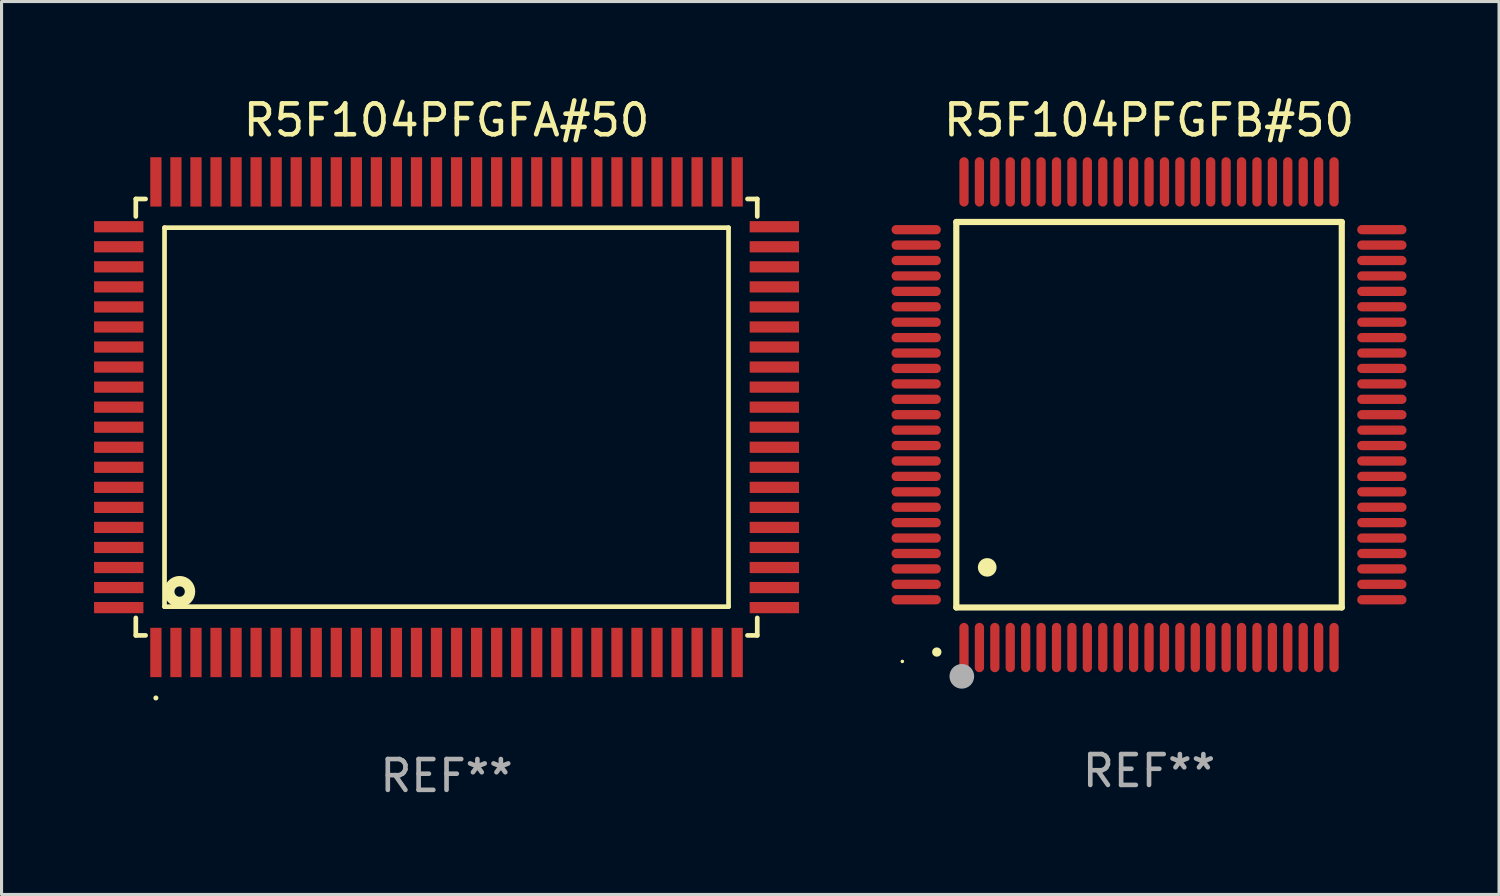
<source format=kicad_pcb>
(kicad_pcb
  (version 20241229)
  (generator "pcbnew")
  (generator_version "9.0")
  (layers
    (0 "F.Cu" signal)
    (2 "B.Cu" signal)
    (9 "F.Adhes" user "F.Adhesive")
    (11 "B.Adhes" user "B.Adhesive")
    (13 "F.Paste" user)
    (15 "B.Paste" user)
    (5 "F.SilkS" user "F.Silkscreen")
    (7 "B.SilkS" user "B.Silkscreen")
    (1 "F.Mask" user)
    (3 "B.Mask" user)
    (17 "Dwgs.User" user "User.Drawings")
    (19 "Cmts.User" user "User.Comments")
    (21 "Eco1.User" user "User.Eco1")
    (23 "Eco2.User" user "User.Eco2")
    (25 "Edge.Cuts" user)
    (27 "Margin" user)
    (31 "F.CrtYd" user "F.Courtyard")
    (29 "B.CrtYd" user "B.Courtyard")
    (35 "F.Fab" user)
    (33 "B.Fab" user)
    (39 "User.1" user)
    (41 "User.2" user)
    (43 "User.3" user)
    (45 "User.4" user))
  (footprint "R5F104PFGFA#50"
    (layer "F.Cu")
    (at 11.43 10.478)
    (property "Reference" "R5F104PFGFA#50" (at 0 -9.63 0) (layer "F.SilkS") (effects (font (size 1 1) (thickness 0.15))))
    (attr through_hole)
    (fp_line (start -10.076 -7.076) (end -10.076 -6.509) (stroke (width 0.152) (type solid)) (layer "F.SilkS"))
    (fp_line (start -10.076 7.076) (end -10.076 6.509) (stroke (width 0.152) (type solid)) (layer "F.SilkS"))
    (fp_line (start -9.759 -7.076) (end -10.076 -7.076) (stroke (width 0.152) (type solid)) (layer "F.SilkS"))
    (fp_line (start -9.759 7.076) (end -10.076 7.076) (stroke (width 0.152) (type solid)) (layer "F.SilkS"))
    (fp_line (start -9.145 -6.145) (end 9.145 -6.145) (stroke (width 0.152) (type solid)) (layer "F.SilkS"))
    (fp_line (start -9.145 6.145) (end -9.145 -6.145) (stroke (width 0.152) (type solid)) (layer "F.SilkS"))
    (fp_line (start 9.145 -6.145) (end 9.145 6.145) (stroke (width 0.152) (type solid)) (layer "F.SilkS"))
    (fp_line (start 9.145 6.145) (end -9.145 6.145) (stroke (width 0.152) (type solid)) (layer "F.SilkS"))
    (fp_line (start 9.759 -7.076) (end 10.076 -7.076) (stroke (width 0.152) (type solid)) (layer "F.SilkS"))
    (fp_line (start 9.759 7.076) (end 10.076 7.076) (stroke (width 0.152) (type solid)) (layer "F.SilkS"))
    (fp_line (start 10.076 -7.076) (end 10.076 -6.509) (stroke (width 0.152) (type solid)) (layer "F.SilkS"))
    (fp_line (start 10.076 7.076) (end 10.076 6.509) (stroke (width 0.152) (type solid)) (layer "F.SilkS"))
    (fp_circle (center -9.425 9.105) (end -9.384 9.105) (stroke (width 0.081) (type solid)) (fill no) (layer "F.SilkS"))
    (fp_circle (center -8.655 5.655) (end -8.487 5.655) (stroke (width 0.338) (type solid)) (fill no) (layer "F.SilkS"))
    (fp_text user "REF**" (at 0 11.63 0) (layer "F.Fab") (effects (font (size 1 1) (thickness 0.15))))
    (pad "1" smd rect (at -9.425 7.63) (size 0.364 1.6) (layers "F.Cu" "F.Mask" "F.Paste"))
    (pad "2" smd rect (at -8.775 7.63) (size 0.364 1.6) (layers "F.Cu" "F.Mask" "F.Paste"))
    (pad "3" smd rect (at -8.125 7.63) (size 0.364 1.6) (layers "F.Cu" "F.Mask" "F.Paste"))
    (pad "4" smd rect (at -7.475 7.63) (size 0.364 1.6) (layers "F.Cu" "F.Mask" "F.Paste"))
    (pad "5" smd rect (at -6.825 7.63) (size 0.364 1.6) (layers "F.Cu" "F.Mask" "F.Paste"))
    (pad "6" smd rect (at -6.175 7.63) (size 0.364 1.6) (layers "F.Cu" "F.Mask" "F.Paste"))
    (pad "7" smd rect (at -5.525 7.63) (size 0.364 1.6) (layers "F.Cu" "F.Mask" "F.Paste"))
    (pad "8" smd rect (at -4.875 7.63) (size 0.364 1.6) (layers "F.Cu" "F.Mask" "F.Paste"))
    (pad "9" smd rect (at -4.225 7.63) (size 0.364 1.6) (layers "F.Cu" "F.Mask" "F.Paste"))
    (pad "10" smd rect (at -3.575 7.63) (size 0.364 1.6) (layers "F.Cu" "F.Mask" "F.Paste"))
    (pad "11" smd rect (at -2.925 7.63) (size 0.364 1.6) (layers "F.Cu" "F.Mask" "F.Paste"))
    (pad "12" smd rect (at -2.275 7.63) (size 0.364 1.6) (layers "F.Cu" "F.Mask" "F.Paste"))
    (pad "13" smd rect (at -1.625 7.63) (size 0.364 1.6) (layers "F.Cu" "F.Mask" "F.Paste"))
    (pad "14" smd rect (at -0.975 7.63) (size 0.364 1.6) (layers "F.Cu" "F.Mask" "F.Paste"))
    (pad "15" smd rect (at -0.325 7.63) (size 0.364 1.6) (layers "F.Cu" "F.Mask" "F.Paste"))
    (pad "16" smd rect (at 0.325 7.63) (size 0.364 1.6) (layers "F.Cu" "F.Mask" "F.Paste"))
    (pad "17" smd rect (at 0.975 7.63) (size 0.364 1.6) (layers "F.Cu" "F.Mask" "F.Paste"))
    (pad "18" smd rect (at 1.625 7.63) (size 0.364 1.6) (layers "F.Cu" "F.Mask" "F.Paste"))
    (pad "19" smd rect (at 2.275 7.63) (size 0.364 1.6) (layers "F.Cu" "F.Mask" "F.Paste"))
    (pad "20" smd rect (at 2.925 7.63) (size 0.364 1.6) (layers "F.Cu" "F.Mask" "F.Paste"))
    (pad "21" smd rect (at 3.575 7.63) (size 0.364 1.6) (layers "F.Cu" "F.Mask" "F.Paste"))
    (pad "22" smd rect (at 4.225 7.63) (size 0.364 1.6) (layers "F.Cu" "F.Mask" "F.Paste"))
    (pad "23" smd rect (at 4.875 7.63) (size 0.364 1.6) (layers "F.Cu" "F.Mask" "F.Paste"))
    (pad "24" smd rect (at 5.525 7.63) (size 0.364 1.6) (layers "F.Cu" "F.Mask" "F.Paste"))
    (pad "25" smd rect (at 6.175 7.63) (size 0.364 1.6) (layers "F.Cu" "F.Mask" "F.Paste"))
    (pad "26" smd rect (at 6.825 7.63) (size 0.364 1.6) (layers "F.Cu" "F.Mask" "F.Paste"))
    (pad "27" smd rect (at 7.475 7.63) (size 0.364 1.6) (layers "F.Cu" "F.Mask" "F.Paste"))
    (pad "28" smd rect (at 8.125 7.63) (size 0.364 1.6) (layers "F.Cu" "F.Mask" "F.Paste"))
    (pad "29" smd rect (at 8.775 7.63) (size 0.364 1.6) (layers "F.Cu" "F.Mask" "F.Paste"))
    (pad "30" smd rect (at 9.425 7.63) (size 0.364 1.6) (layers "F.Cu" "F.Mask" "F.Paste"))
    (pad "31" smd rect (at 10.63 6.175) (size 1.6 0.364) (layers "F.Cu" "F.Mask" "F.Paste"))
    (pad "32" smd rect (at 10.63 5.525) (size 1.6 0.364) (layers "F.Cu" "F.Mask" "F.Paste"))
    (pad "33" smd rect (at 10.63 4.875) (size 1.6 0.364) (layers "F.Cu" "F.Mask" "F.Paste"))
    (pad "34" smd rect (at 10.63 4.225) (size 1.6 0.364) (layers "F.Cu" "F.Mask" "F.Paste"))
    (pad "35" smd rect (at 10.63 3.575) (size 1.6 0.364) (layers "F.Cu" "F.Mask" "F.Paste"))
    (pad "36" smd rect (at 10.63 2.925) (size 1.6 0.364) (layers "F.Cu" "F.Mask" "F.Paste"))
    (pad "37" smd rect (at 10.63 2.275) (size 1.6 0.364) (layers "F.Cu" "F.Mask" "F.Paste"))
    (pad "38" smd rect (at 10.63 1.625) (size 1.6 0.364) (layers "F.Cu" "F.Mask" "F.Paste"))
    (pad "39" smd rect (at 10.63 0.975) (size 1.6 0.364) (layers "F.Cu" "F.Mask" "F.Paste"))
    (pad "40" smd rect (at 10.63 0.325) (size 1.6 0.364) (layers "F.Cu" "F.Mask" "F.Paste"))
    (pad "41" smd rect (at 10.63 -0.325) (size 1.6 0.364) (layers "F.Cu" "F.Mask" "F.Paste"))
    (pad "42" smd rect (at 10.63 -0.975) (size 1.6 0.364) (layers "F.Cu" "F.Mask" "F.Paste"))
    (pad "43" smd rect (at 10.63 -1.625) (size 1.6 0.364) (layers "F.Cu" "F.Mask" "F.Paste"))
    (pad "44" smd rect (at 10.63 -2.275) (size 1.6 0.364) (layers "F.Cu" "F.Mask" "F.Paste"))
    (pad "45" smd rect (at 10.63 -2.925) (size 1.6 0.364) (layers "F.Cu" "F.Mask" "F.Paste"))
    (pad "46" smd rect (at 10.63 -3.575) (size 1.6 0.364) (layers "F.Cu" "F.Mask" "F.Paste"))
    (pad "47" smd rect (at 10.63 -4.225) (size 1.6 0.364) (layers "F.Cu" "F.Mask" "F.Paste"))
    (pad "48" smd rect (at 10.63 -4.875) (size 1.6 0.364) (layers "F.Cu" "F.Mask" "F.Paste"))
    (pad "49" smd rect (at 10.63 -5.525) (size 1.6 0.364) (layers "F.Cu" "F.Mask" "F.Paste"))
    (pad "50" smd rect (at 10.63 -6.175) (size 1.6 0.364) (layers "F.Cu" "F.Mask" "F.Paste"))
    (pad "51" smd rect (at 9.425 -7.63) (size 0.364 1.6) (layers "F.Cu" "F.Mask" "F.Paste"))
    (pad "52" smd rect (at 8.775 -7.63) (size 0.364 1.6) (layers "F.Cu" "F.Mask" "F.Paste"))
    (pad "53" smd rect (at 8.125 -7.63) (size 0.364 1.6) (layers "F.Cu" "F.Mask" "F.Paste"))
    (pad "54" smd rect (at 7.475 -7.63) (size 0.364 1.6) (layers "F.Cu" "F.Mask" "F.Paste"))
    (pad "55" smd rect (at 6.825 -7.63) (size 0.364 1.6) (layers "F.Cu" "F.Mask" "F.Paste"))
    (pad "56" smd rect (at 6.175 -7.63) (size 0.364 1.6) (layers "F.Cu" "F.Mask" "F.Paste"))
    (pad "57" smd rect (at 5.525 -7.63) (size 0.364 1.6) (layers "F.Cu" "F.Mask" "F.Paste"))
    (pad "58" smd rect (at 4.875 -7.63) (size 0.364 1.6) (layers "F.Cu" "F.Mask" "F.Paste"))
    (pad "59" smd rect (at 4.225 -7.63) (size 0.364 1.6) (layers "F.Cu" "F.Mask" "F.Paste"))
    (pad "60" smd rect (at 3.575 -7.63) (size 0.364 1.6) (layers "F.Cu" "F.Mask" "F.Paste"))
    (pad "61" smd rect (at 2.925 -7.63) (size 0.364 1.6) (layers "F.Cu" "F.Mask" "F.Paste"))
    (pad "62" smd rect (at 2.275 -7.63) (size 0.364 1.6) (layers "F.Cu" "F.Mask" "F.Paste"))
    (pad "63" smd rect (at 1.625 -7.63) (size 0.364 1.6) (layers "F.Cu" "F.Mask" "F.Paste"))
    (pad "64" smd rect (at 0.975 -7.63) (size 0.364 1.6) (layers "F.Cu" "F.Mask" "F.Paste"))
    (pad "65" smd rect (at 0.325 -7.63) (size 0.364 1.6) (layers "F.Cu" "F.Mask" "F.Paste"))
    (pad "66" smd rect (at -0.325 -7.63) (size 0.364 1.6) (layers "F.Cu" "F.Mask" "F.Paste"))
    (pad "67" smd rect (at -0.975 -7.63) (size 0.364 1.6) (layers "F.Cu" "F.Mask" "F.Paste"))
    (pad "68" smd rect (at -1.625 -7.63) (size 0.364 1.6) (layers "F.Cu" "F.Mask" "F.Paste"))
    (pad "69" smd rect (at -2.275 -7.63) (size 0.364 1.6) (layers "F.Cu" "F.Mask" "F.Paste"))
    (pad "70" smd rect (at -2.925 -7.63) (size 0.364 1.6) (layers "F.Cu" "F.Mask" "F.Paste"))
    (pad "71" smd rect (at -3.575 -7.63) (size 0.364 1.6) (layers "F.Cu" "F.Mask" "F.Paste"))
    (pad "72" smd rect (at -4.225 -7.63) (size 0.364 1.6) (layers "F.Cu" "F.Mask" "F.Paste"))
    (pad "73" smd rect (at -4.875 -7.63) (size 0.364 1.6) (layers "F.Cu" "F.Mask" "F.Paste"))
    (pad "74" smd rect (at -5.525 -7.63) (size 0.364 1.6) (layers "F.Cu" "F.Mask" "F.Paste"))
    (pad "75" smd rect (at -6.175 -7.63) (size 0.364 1.6) (layers "F.Cu" "F.Mask" "F.Paste"))
    (pad "76" smd rect (at -6.825 -7.63) (size 0.364 1.6) (layers "F.Cu" "F.Mask" "F.Paste"))
    (pad "77" smd rect (at -7.475 -7.63) (size 0.364 1.6) (layers "F.Cu" "F.Mask" "F.Paste"))
    (pad "78" smd rect (at -8.125 -7.63) (size 0.364 1.6) (layers "F.Cu" "F.Mask" "F.Paste"))
    (pad "79" smd rect (at -8.775 -7.63) (size 0.364 1.6) (layers "F.Cu" "F.Mask" "F.Paste"))
    (pad "80" smd rect (at -9.425 -7.63) (size 0.364 1.6) (layers "F.Cu" "F.Mask" "F.Paste"))
    (pad "81" smd rect (at -10.63 -6.175) (size 1.6 0.364) (layers "F.Cu" "F.Mask" "F.Paste"))
    (pad "82" smd rect (at -10.63 -5.525) (size 1.6 0.364) (layers "F.Cu" "F.Mask" "F.Paste"))
    (pad "83" smd rect (at -10.63 -4.875) (size 1.6 0.364) (layers "F.Cu" "F.Mask" "F.Paste"))
    (pad "84" smd rect (at -10.63 -4.225) (size 1.6 0.364) (layers "F.Cu" "F.Mask" "F.Paste"))
    (pad "85" smd rect (at -10.63 -3.575) (size 1.6 0.364) (layers "F.Cu" "F.Mask" "F.Paste"))
    (pad "86" smd rect (at -10.63 -2.925) (size 1.6 0.364) (layers "F.Cu" "F.Mask" "F.Paste"))
    (pad "87" smd rect (at -10.63 -2.275) (size 1.6 0.364) (layers "F.Cu" "F.Mask" "F.Paste"))
    (pad "88" smd rect (at -10.63 -1.625) (size 1.6 0.364) (layers "F.Cu" "F.Mask" "F.Paste"))
    (pad "89" smd rect (at -10.63 -0.975) (size 1.6 0.364) (layers "F.Cu" "F.Mask" "F.Paste"))
    (pad "90" smd rect (at -10.63 -0.325) (size 1.6 0.364) (layers "F.Cu" "F.Mask" "F.Paste"))
    (pad "91" smd rect (at -10.63 0.325) (size 1.6 0.364) (layers "F.Cu" "F.Mask" "F.Paste"))
    (pad "92" smd rect (at -10.63 0.975) (size 1.6 0.364) (layers "F.Cu" "F.Mask" "F.Paste"))
    (pad "93" smd rect (at -10.63 1.625) (size 1.6 0.364) (layers "F.Cu" "F.Mask" "F.Paste"))
    (pad "94" smd rect (at -10.63 2.275) (size 1.6 0.364) (layers "F.Cu" "F.Mask" "F.Paste"))
    (pad "95" smd rect (at -10.63 2.925) (size 1.6 0.364) (layers "F.Cu" "F.Mask" "F.Paste"))
    (pad "96" smd rect (at -10.63 3.575) (size 1.6 0.364) (layers "F.Cu" "F.Mask" "F.Paste"))
    (pad "97" smd rect (at -10.63 4.225) (size 1.6 0.364) (layers "F.Cu" "F.Mask" "F.Paste"))
    (pad "98" smd rect (at -10.63 4.875) (size 1.6 0.364) (layers "F.Cu" "F.Mask" "F.Paste"))
    (pad "99" smd rect (at -10.63 5.525) (size 1.6 0.364) (layers "F.Cu" "F.Mask" "F.Paste"))
    (pad "100" smd rect (at -10.63 6.175) (size 1.6 0.364) (layers "F.Cu" "F.Mask" "F.Paste")))
  (footprint "R5F104PFGFB#50"
    (layer "F.Cu")
    (at 34.21 10.398)
    (property "Reference" "R5F104PFGFB#50" (at 0 -9.55 0) (layer "F.SilkS") (effects (font (size 1 1) (thickness 0.15))))
    (attr through_hole)
    (fp_line (start -6.25 -6.25) (end -6.25 6.25) (stroke (width 0.2) (type solid)) (layer "F.SilkS"))
    (fp_line (start -6.25 6.25) (end 6.25 6.25) (stroke (width 0.2) (type solid)) (layer "F.SilkS"))
    (fp_line (start 6.25 -6.25) (end -6.25 -6.25) (stroke (width 0.2) (type solid)) (layer "F.SilkS"))
    (fp_line (start 6.25 6.25) (end 6.25 -6.25) (stroke (width 0.2) (type solid)) (layer "F.SilkS"))
    (fp_arc (start -6.883414 7.696215) (mid -6.882144 7.69621) (end -6.880874 7.696215) (stroke (width 0.3) (type solid)) (layer "F.SilkS"))
    (fp_arc (start -5.250191 4.95047) (mid -5.247651 4.950459) (end -5.245111 4.95047) (stroke (width 0.6) (type solid)) (layer "F.SilkS"))
    (fp_circle (center -8 8) (end -7.97 8) (stroke (width 0.06) (type solid)) (fill no) (layer "F.SilkS"))
    (fp_circle (center -6.071 8.484) (end -5.871 8.484) (stroke (width 0.4) (type solid)) (fill no) (layer "F.Fab"))
    (fp_text user "REF**" (at 0 11.55 0) (layer "F.Fab") (effects (font (size 1 1) (thickness 0.15))))
    (pad "1" smd oval (at -6 7.55) (size 0.3 1.6) (layers "F.Cu" "F.Mask" "F.Paste"))
    (pad "2" smd oval (at -5.5 7.55) (size 0.3 1.6) (layers "F.Cu" "F.Mask" "F.Paste"))
    (pad "3" smd oval (at -5 7.55) (size 0.3 1.6) (layers "F.Cu" "F.Mask" "F.Paste"))
    (pad "4" smd oval (at -4.5 7.55) (size 0.3 1.6) (layers "F.Cu" "F.Mask" "F.Paste"))
    (pad "5" smd oval (at -4 7.55) (size 0.3 1.6) (layers "F.Cu" "F.Mask" "F.Paste"))
    (pad "6" smd oval (at -3.5 7.55) (size 0.3 1.6) (layers "F.Cu" "F.Mask" "F.Paste"))
    (pad "7" smd oval (at -3 7.55) (size 0.3 1.6) (layers "F.Cu" "F.Mask" "F.Paste"))
    (pad "8" smd oval (at -2.5 7.55) (size 0.3 1.6) (layers "F.Cu" "F.Mask" "F.Paste"))
    (pad "9" smd oval (at -2 7.55) (size 0.3 1.6) (layers "F.Cu" "F.Mask" "F.Paste"))
    (pad "10" smd oval (at -1.5 7.55) (size 0.3 1.6) (layers "F.Cu" "F.Mask" "F.Paste"))
    (pad "11" smd oval (at -1 7.55) (size 0.3 1.6) (layers "F.Cu" "F.Mask" "F.Paste"))
    (pad "12" smd oval (at -0.5 7.55) (size 0.3 1.6) (layers "F.Cu" "F.Mask" "F.Paste"))
    (pad "13" smd oval (at 0 7.55) (size 0.3 1.6) (layers "F.Cu" "F.Mask" "F.Paste"))
    (pad "14" smd oval (at 0.5 7.55) (size 0.3 1.6) (layers "F.Cu" "F.Mask" "F.Paste"))
    (pad "15" smd oval (at 1 7.55) (size 0.3 1.6) (layers "F.Cu" "F.Mask" "F.Paste"))
    (pad "16" smd oval (at 1.5 7.55) (size 0.3 1.6) (layers "F.Cu" "F.Mask" "F.Paste"))
    (pad "17" smd oval (at 2 7.55) (size 0.3 1.6) (layers "F.Cu" "F.Mask" "F.Paste"))
    (pad "18" smd oval (at 2.5 7.55) (size 0.3 1.6) (layers "F.Cu" "F.Mask" "F.Paste"))
    (pad "19" smd oval (at 3 7.55) (size 0.3 1.6) (layers "F.Cu" "F.Mask" "F.Paste"))
    (pad "20" smd oval (at 3.5 7.55) (size 0.3 1.6) (layers "F.Cu" "F.Mask" "F.Paste"))
    (pad "21" smd oval (at 4 7.55) (size 0.3 1.6) (layers "F.Cu" "F.Mask" "F.Paste"))
    (pad "22" smd oval (at 4.5 7.55) (size 0.3 1.6) (layers "F.Cu" "F.Mask" "F.Paste"))
    (pad "23" smd oval (at 5 7.55) (size 0.3 1.6) (layers "F.Cu" "F.Mask" "F.Paste"))
    (pad "24" smd oval (at 5.5 7.55) (size 0.3 1.6) (layers "F.Cu" "F.Mask" "F.Paste"))
    (pad "25" smd oval (at 6 7.55) (size 0.3 1.6) (layers "F.Cu" "F.Mask" "F.Paste"))
    (pad "26" smd oval (at 7.55 6) (size 1.6 0.3) (layers "F.Cu" "F.Mask" "F.Paste"))
    (pad "27" smd oval (at 7.55 5.5) (size 1.6 0.3) (layers "F.Cu" "F.Mask" "F.Paste"))
    (pad "28" smd oval (at 7.55 5) (size 1.6 0.3) (layers "F.Cu" "F.Mask" "F.Paste"))
    (pad "29" smd oval (at 7.55 4.5) (size 1.6 0.3) (layers "F.Cu" "F.Mask" "F.Paste"))
    (pad "30" smd oval (at 7.55 4) (size 1.6 0.3) (layers "F.Cu" "F.Mask" "F.Paste"))
    (pad "31" smd oval (at 7.55 3.5) (size 1.6 0.3) (layers "F.Cu" "F.Mask" "F.Paste"))
    (pad "32" smd oval (at 7.55 3) (size 1.6 0.3) (layers "F.Cu" "F.Mask" "F.Paste"))
    (pad "33" smd oval (at 7.55 2.5) (size 1.6 0.3) (layers "F.Cu" "F.Mask" "F.Paste"))
    (pad "34" smd oval (at 7.55 2) (size 1.6 0.3) (layers "F.Cu" "F.Mask" "F.Paste"))
    (pad "35" smd oval (at 7.55 1.5) (size 1.6 0.3) (layers "F.Cu" "F.Mask" "F.Paste"))
    (pad "36" smd oval (at 7.55 1) (size 1.6 0.3) (layers "F.Cu" "F.Mask" "F.Paste"))
    (pad "37" smd oval (at 7.55 0.5) (size 1.6 0.3) (layers "F.Cu" "F.Mask" "F.Paste"))
    (pad "38" smd oval (at 7.55 0) (size 1.6 0.3) (layers "F.Cu" "F.Mask" "F.Paste"))
    (pad "39" smd oval (at 7.55 -0.5) (size 1.6 0.3) (layers "F.Cu" "F.Mask" "F.Paste"))
    (pad "40" smd oval (at 7.55 -1) (size 1.6 0.3) (layers "F.Cu" "F.Mask" "F.Paste"))
    (pad "41" smd oval (at 7.55 -1.5) (size 1.6 0.3) (layers "F.Cu" "F.Mask" "F.Paste"))
    (pad "42" smd oval (at 7.55 -2) (size 1.6 0.3) (layers "F.Cu" "F.Mask" "F.Paste"))
    (pad "43" smd oval (at 7.55 -2.5) (size 1.6 0.3) (layers "F.Cu" "F.Mask" "F.Paste"))
    (pad "44" smd oval (at 7.55 -3) (size 1.6 0.3) (layers "F.Cu" "F.Mask" "F.Paste"))
    (pad "45" smd oval (at 7.55 -3.5) (size 1.6 0.3) (layers "F.Cu" "F.Mask" "F.Paste"))
    (pad "46" smd oval (at 7.55 -4) (size 1.6 0.3) (layers "F.Cu" "F.Mask" "F.Paste"))
    (pad "47" smd oval (at 7.55 -4.5) (size 1.6 0.3) (layers "F.Cu" "F.Mask" "F.Paste"))
    (pad "48" smd oval (at 7.55 -5) (size 1.6 0.3) (layers "F.Cu" "F.Mask" "F.Paste"))
    (pad "49" smd oval (at 7.55 -5.5) (size 1.6 0.3) (layers "F.Cu" "F.Mask" "F.Paste"))
    (pad "50" smd oval (at 7.55 -6) (size 1.6 0.3) (layers "F.Cu" "F.Mask" "F.Paste"))
    (pad "51" smd oval (at 6 -7.55) (size 0.3 1.6) (layers "F.Cu" "F.Mask" "F.Paste"))
    (pad "52" smd oval (at 5.5 -7.55) (size 0.3 1.6) (layers "F.Cu" "F.Mask" "F.Paste"))
    (pad "53" smd oval (at 5 -7.55) (size 0.3 1.6) (layers "F.Cu" "F.Mask" "F.Paste"))
    (pad "54" smd oval (at 4.5 -7.55) (size 0.3 1.6) (layers "F.Cu" "F.Mask" "F.Paste"))
    (pad "55" smd oval (at 4 -7.55) (size 0.3 1.6) (layers "F.Cu" "F.Mask" "F.Paste"))
    (pad "56" smd oval (at 3.5 -7.55) (size 0.3 1.6) (layers "F.Cu" "F.Mask" "F.Paste"))
    (pad "57" smd oval (at 3 -7.55) (size 0.3 1.6) (layers "F.Cu" "F.Mask" "F.Paste"))
    (pad "58" smd oval (at 2.5 -7.55) (size 0.3 1.6) (layers "F.Cu" "F.Mask" "F.Paste"))
    (pad "59" smd oval (at 2 -7.55) (size 0.3 1.6) (layers "F.Cu" "F.Mask" "F.Paste"))
    (pad "60" smd oval (at 1.5 -7.55) (size 0.3 1.6) (layers "F.Cu" "F.Mask" "F.Paste"))
    (pad "61" smd oval (at 1 -7.55) (size 0.3 1.6) (layers "F.Cu" "F.Mask" "F.Paste"))
    (pad "62" smd oval (at 0.5 -7.55) (size 0.3 1.6) (layers "F.Cu" "F.Mask" "F.Paste"))
    (pad "63" smd oval (at 0 -7.55) (size 0.3 1.6) (layers "F.Cu" "F.Mask" "F.Paste"))
    (pad "64" smd oval (at -0.5 -7.55) (size 0.3 1.6) (layers "F.Cu" "F.Mask" "F.Paste"))
    (pad "65" smd oval (at -1 -7.55) (size 0.3 1.6) (layers "F.Cu" "F.Mask" "F.Paste"))
    (pad "66" smd oval (at -1.5 -7.55) (size 0.3 1.6) (layers "F.Cu" "F.Mask" "F.Paste"))
    (pad "67" smd oval (at -2 -7.55) (size 0.3 1.6) (layers "F.Cu" "F.Mask" "F.Paste"))
    (pad "68" smd oval (at -2.5 -7.55) (size 0.3 1.6) (layers "F.Cu" "F.Mask" "F.Paste"))
    (pad "69" smd oval (at -3 -7.55) (size 0.3 1.6) (layers "F.Cu" "F.Mask" "F.Paste"))
    (pad "70" smd oval (at -3.5 -7.55) (size 0.3 1.6) (layers "F.Cu" "F.Mask" "F.Paste"))
    (pad "71" smd oval (at -4 -7.55) (size 0.3 1.6) (layers "F.Cu" "F.Mask" "F.Paste"))
    (pad "72" smd oval (at -4.5 -7.55) (size 0.3 1.6) (layers "F.Cu" "F.Mask" "F.Paste"))
    (pad "73" smd oval (at -5 -7.55) (size 0.3 1.6) (layers "F.Cu" "F.Mask" "F.Paste"))
    (pad "74" smd oval (at -5.5 -7.55) (size 0.3 1.6) (layers "F.Cu" "F.Mask" "F.Paste"))
    (pad "75" smd oval (at -6 -7.55) (size 0.3 1.6) (layers "F.Cu" "F.Mask" "F.Paste"))
    (pad "76" smd oval (at -7.55 -6) (size 1.6 0.3) (layers "F.Cu" "F.Mask" "F.Paste"))
    (pad "77" smd oval (at -7.55 -5.5) (size 1.6 0.3) (layers "F.Cu" "F.Mask" "F.Paste"))
    (pad "78" smd oval (at -7.55 -5) (size 1.6 0.3) (layers "F.Cu" "F.Mask" "F.Paste"))
    (pad "79" smd oval (at -7.55 -4.5) (size 1.6 0.3) (layers "F.Cu" "F.Mask" "F.Paste"))
    (pad "80" smd oval (at -7.55 -4) (size 1.6 0.3) (layers "F.Cu" "F.Mask" "F.Paste"))
    (pad "81" smd oval (at -7.55 -3.5) (size 1.6 0.3) (layers "F.Cu" "F.Mask" "F.Paste"))
    (pad "82" smd oval (at -7.55 -3) (size 1.6 0.3) (layers "F.Cu" "F.Mask" "F.Paste"))
    (pad "83" smd oval (at -7.55 -2.5) (size 1.6 0.3) (layers "F.Cu" "F.Mask" "F.Paste"))
    (pad "84" smd oval (at -7.55 -2) (size 1.6 0.3) (layers "F.Cu" "F.Mask" "F.Paste"))
    (pad "85" smd oval (at -7.55 -1.5) (size 1.6 0.3) (layers "F.Cu" "F.Mask" "F.Paste"))
    (pad "86" smd oval (at -7.55 -1) (size 1.6 0.3) (layers "F.Cu" "F.Mask" "F.Paste"))
    (pad "87" smd oval (at -7.55 -0.5) (size 1.6 0.3) (layers "F.Cu" "F.Mask" "F.Paste"))
    (pad "88" smd oval (at -7.55 0) (size 1.6 0.3) (layers "F.Cu" "F.Mask" "F.Paste"))
    (pad "89" smd oval (at -7.55 0.5) (size 1.6 0.3) (layers "F.Cu" "F.Mask" "F.Paste"))
    (pad "90" smd oval (at -7.55 1) (size 1.6 0.3) (layers "F.Cu" "F.Mask" "F.Paste"))
    (pad "91" smd oval (at -7.55 1.5) (size 1.6 0.3) (layers "F.Cu" "F.Mask" "F.Paste"))
    (pad "92" smd oval (at -7.55 2) (size 1.6 0.3) (layers "F.Cu" "F.Mask" "F.Paste"))
    (pad "93" smd oval (at -7.55 2.5) (size 1.6 0.3) (layers "F.Cu" "F.Mask" "F.Paste"))
    (pad "94" smd oval (at -7.55 3) (size 1.6 0.3) (layers "F.Cu" "F.Mask" "F.Paste"))
    (pad "95" smd oval (at -7.55 3.5) (size 1.6 0.3) (layers "F.Cu" "F.Mask" "F.Paste"))
    (pad "96" smd oval (at -7.55 4) (size 1.6 0.3) (layers "F.Cu" "F.Mask" "F.Paste"))
    (pad "97" smd oval (at -7.55 4.5) (size 1.6 0.3) (layers "F.Cu" "F.Mask" "F.Paste"))
    (pad "98" smd oval (at -7.55 5) (size 1.6 0.3) (layers "F.Cu" "F.Mask" "F.Paste"))
    (pad "99" smd oval (at -7.55 5.5) (size 1.6 0.3) (layers "F.Cu" "F.Mask" "F.Paste"))
    (pad "100" smd oval (at -7.55 6) (size 1.6 0.3) (layers "F.Cu" "F.Mask" "F.Paste")))
  (gr_rect
    (start -3 -3)
    (end 45.56 25.956)
    (stroke (width 0.1) (type default))
    (fill no)
    (layer "Edge.Cuts")))
</source>
